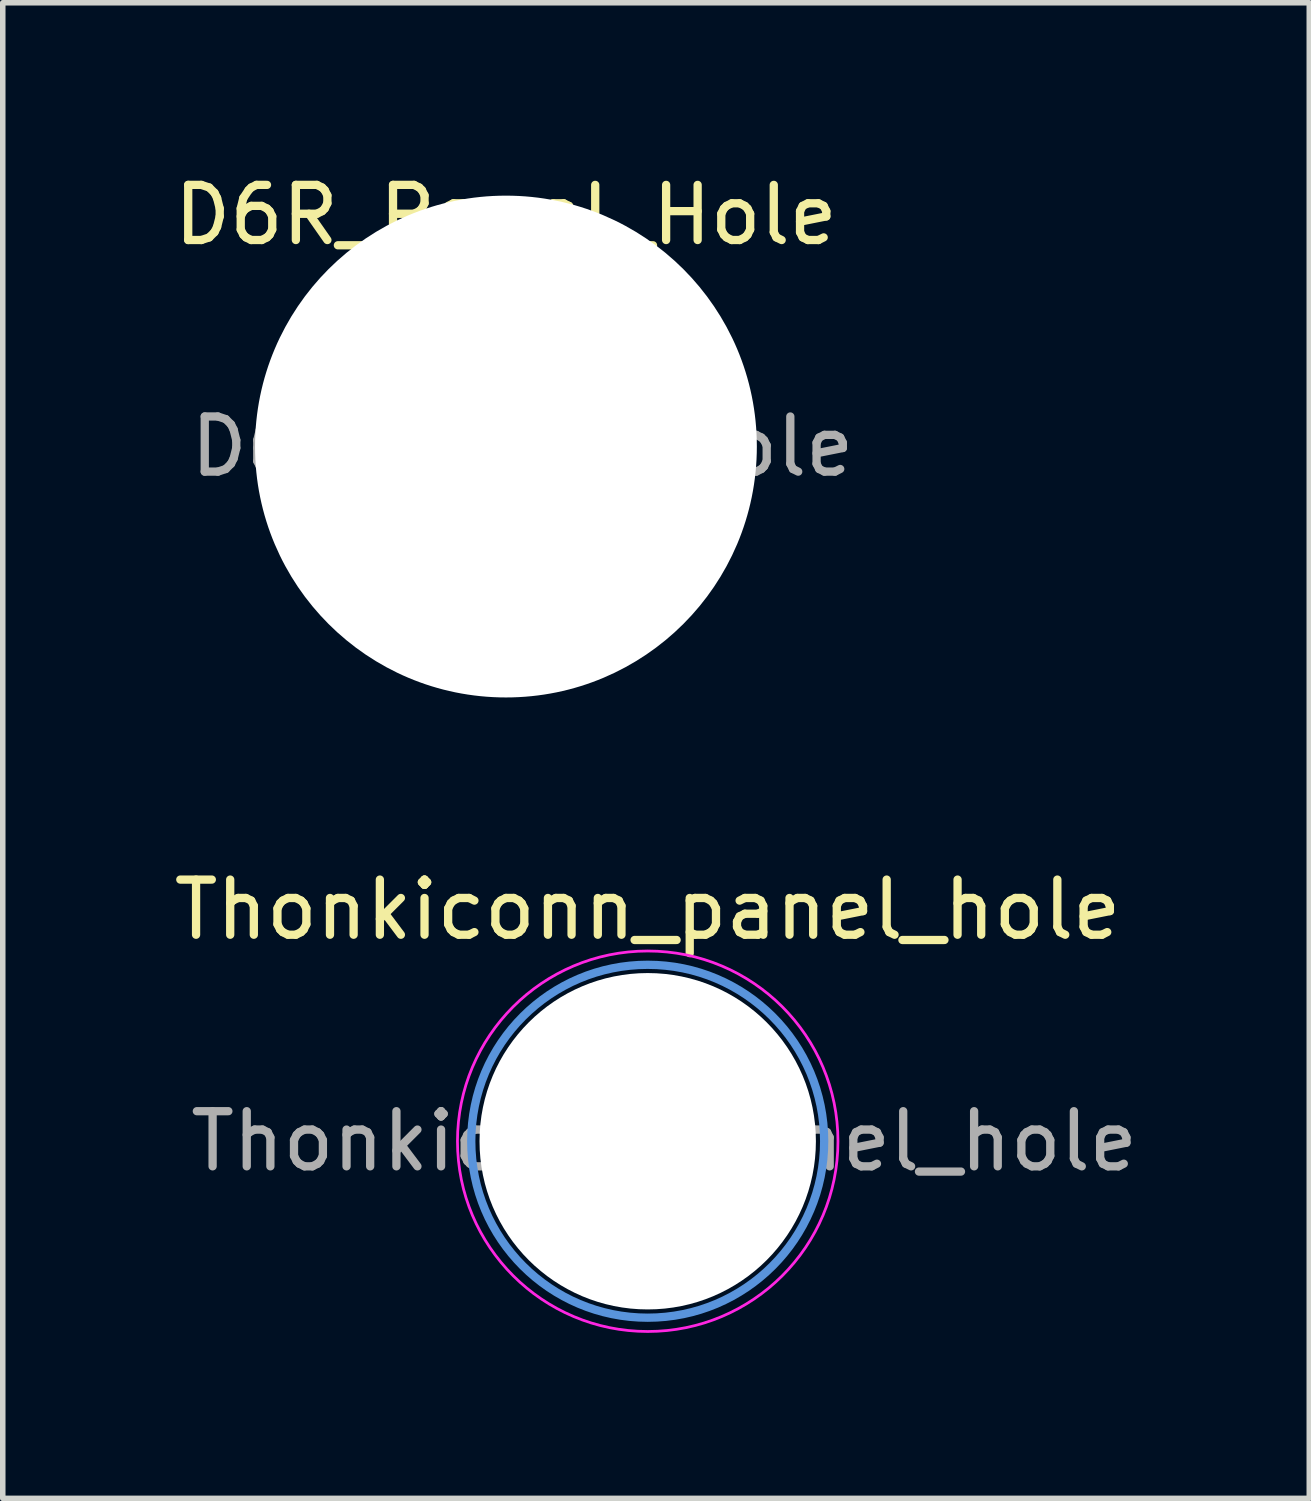
<source format=kicad_pcb>
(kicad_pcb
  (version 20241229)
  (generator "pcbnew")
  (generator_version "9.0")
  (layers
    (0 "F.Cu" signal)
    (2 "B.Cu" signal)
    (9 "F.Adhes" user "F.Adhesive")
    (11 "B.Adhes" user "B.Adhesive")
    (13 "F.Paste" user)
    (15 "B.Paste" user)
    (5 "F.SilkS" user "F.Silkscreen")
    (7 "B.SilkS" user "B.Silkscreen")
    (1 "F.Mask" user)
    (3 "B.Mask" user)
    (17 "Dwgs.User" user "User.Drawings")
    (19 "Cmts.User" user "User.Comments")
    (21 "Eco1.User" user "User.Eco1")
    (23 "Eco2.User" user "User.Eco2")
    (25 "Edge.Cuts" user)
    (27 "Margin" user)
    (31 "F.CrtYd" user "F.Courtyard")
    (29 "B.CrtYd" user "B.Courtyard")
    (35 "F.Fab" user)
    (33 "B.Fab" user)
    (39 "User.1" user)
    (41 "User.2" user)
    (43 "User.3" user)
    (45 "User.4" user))
  (footprint "Thonkiconn_panel_hole"
    (layer "F.Cu")
    (at 8.696 17.646)
    (property "Reference" "Thonkiconn_panel_hole" (at 0 -4.2 0) (layer "F.SilkS") (effects (font (size 1 1) (thickness 0.15))))
    (attr exclude_from_pos_files exclude_from_bom)
    (fp_circle (center 0 0) (end 3.2 0) (stroke (width 0.15) (type solid)) (fill no) (layer "Cmts.User"))
    (fp_circle (center 0 0) (end 3.45 0) (stroke (width 0.05) (type solid)) (fill no) (layer "F.CrtYd"))
    (fp_text user "${REFERENCE}" (at 0.3 0 0) (layer "F.Fab") (effects (font (size 1 1) (thickness 0.15))))
    (pad "" np_thru_hole circle (at 0 0) (size 6.1 6.1) (drill 6.1) (layers "*.Cu" "*.Mask")))
  (footprint "D6R_Panel_Hole"
    (layer "F.Cu")
    (at 6.125 5.048)
    (property "Reference" "D6R_Panel_Hole" (at 0 -4.2 0) (layer "F.SilkS") (effects (font (size 1 1) (thickness 0.15))))
    (attr exclude_from_pos_files exclude_from_bom)
    (fp_circle (center 0 0) (end 3.2 0) (stroke (width 0.15) (type solid)) (fill no) (layer "Cmts.User"))
    (fp_circle (center 0 0) (end 3.45 0) (stroke (width 0.05) (type solid)) (fill no) (layer "F.CrtYd"))
    (fp_text user "${REFERENCE}" (at 0.3 0 0) (layer "F.Fab") (effects (font (size 1 1) (thickness 0.15))))
    (pad "" np_thru_hole circle (at 0 0) (size 9.1 9.1) (drill 9.1) (layers "*.Cu" "*.Mask")))
  (gr_rect
    (start -3 -3)
    (end 20.693 24.122)
    (stroke (width 0.1) (type default))
    (fill no)
    (layer "Edge.Cuts")))
</source>
